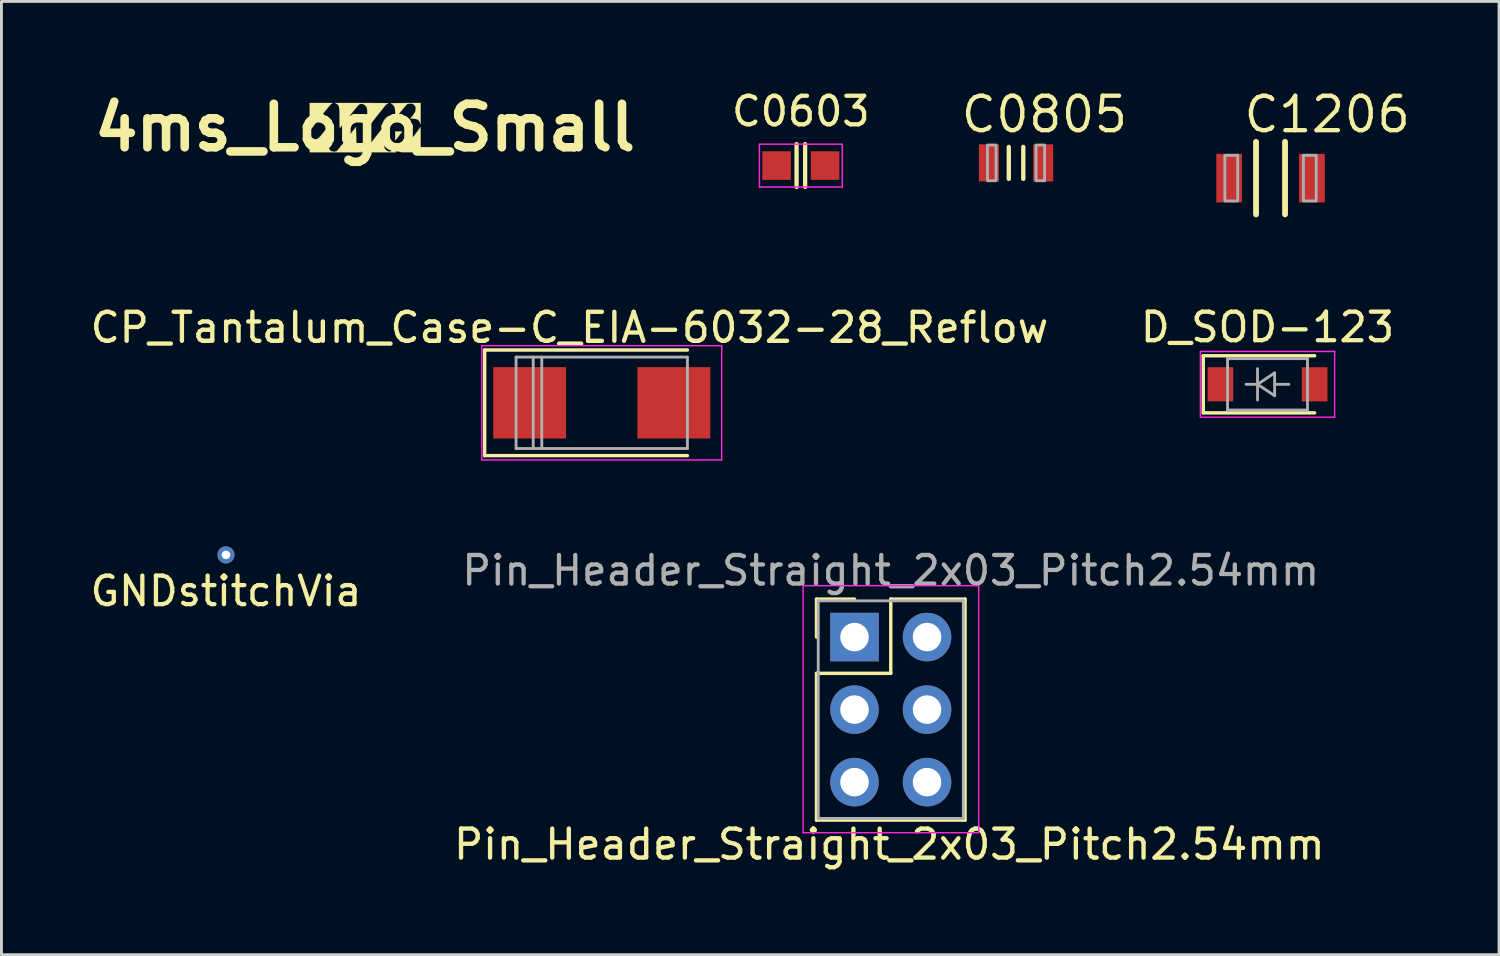
<source format=kicad_pcb>
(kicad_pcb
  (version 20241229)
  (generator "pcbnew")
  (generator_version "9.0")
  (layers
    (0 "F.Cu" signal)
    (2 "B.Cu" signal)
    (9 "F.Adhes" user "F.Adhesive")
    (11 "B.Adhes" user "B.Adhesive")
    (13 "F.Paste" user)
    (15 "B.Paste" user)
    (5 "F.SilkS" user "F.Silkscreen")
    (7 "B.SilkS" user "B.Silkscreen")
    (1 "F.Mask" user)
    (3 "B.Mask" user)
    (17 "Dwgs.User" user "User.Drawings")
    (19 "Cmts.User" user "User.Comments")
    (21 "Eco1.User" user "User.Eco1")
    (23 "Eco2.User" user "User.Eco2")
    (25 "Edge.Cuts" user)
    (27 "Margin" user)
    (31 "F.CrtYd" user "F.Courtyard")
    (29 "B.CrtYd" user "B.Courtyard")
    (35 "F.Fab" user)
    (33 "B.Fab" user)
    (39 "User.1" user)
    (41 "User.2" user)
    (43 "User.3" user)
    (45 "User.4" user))
  (footprint "C1206"
    (layer "F.Cu")
    (at 41.442 3.188)
    (property "Reference" "C1206" (at -1.016 -1.524 0) (layer "F.SilkS") (effects (font (size 1.206 1.206) (thickness 0.152)) (justify left bottom)))
    (attr through_hole)
    (fp_line (start -0.508 -1.27) (end -0.508 1.27) (stroke (width 0.203) (type solid)) (layer "F.SilkS"))
    (fp_line (start 0.508 -1.27) (end 0.508 1.27) (stroke (width 0.203) (type solid)) (layer "F.SilkS"))
    (fp_poly (pts (xy -1.6 0.8) (xy -1.15 0.8) (xy -1.15 -0.8) (xy -1.6 -0.8)) (stroke (width 0.1) (type solid)) (fill no) (layer "F.Fab"))
    (fp_poly (pts (xy 1.15 0.8) (xy 1.6 0.8) (xy 1.6 -0.8) (xy 1.15 -0.8)) (stroke (width 0.1) (type solid)) (fill no) (layer "F.Fab"))
    (pad "1" smd rect (at -1.45 0) (size 0.9 1.7) (layers "F.Cu" "F.Mask" "F.Paste"))
    (pad "2" smd rect (at 1.45 0) (size 0.9 1.7) (layers "F.Cu" "F.Mask" "F.Paste")))
  (footprint "D_SOD-123"
    (layer "F.Cu")
    (at 41.336 10.408)
    (property "Reference" "D_SOD-123" (at 0 -2 0) (layer "F.SilkS") (effects (font (size 1 1) (thickness 0.15))))
    (attr smd)
    (fp_line (start -2.25 -1) (end -2.25 1) (stroke (width 0.12) (type solid)) (layer "F.SilkS"))
    (fp_line (start -2.25 -1) (end 1.65 -1) (stroke (width 0.12) (type solid)) (layer "F.SilkS"))
    (fp_line (start -2.25 1) (end 1.65 1) (stroke (width 0.12) (type solid)) (layer "F.SilkS"))
    (fp_line (start -2.35 -1.15) (end -2.35 1.15) (stroke (width 0.05) (type solid)) (layer "F.CrtYd"))
    (fp_line (start -2.35 -1.15) (end 2.35 -1.15) (stroke (width 0.05) (type solid)) (layer "F.CrtYd"))
    (fp_line (start 2.35 -1.15) (end 2.35 1.15) (stroke (width 0.05) (type solid)) (layer "F.CrtYd"))
    (fp_line (start 2.35 1.15) (end -2.35 1.15) (stroke (width 0.05) (type solid)) (layer "F.CrtYd"))
    (fp_line (start -1.4 -0.9) (end 1.4 -0.9) (stroke (width 0.1) (type solid)) (layer "F.Fab"))
    (fp_line (start -1.4 0.9) (end -1.4 -0.9) (stroke (width 0.1) (type solid)) (layer "F.Fab"))
    (fp_line (start -0.75 0) (end -0.35 0) (stroke (width 0.1) (type solid)) (layer "F.Fab"))
    (fp_line (start -0.35 0) (end -0.35 -0.55) (stroke (width 0.1) (type solid)) (layer "F.Fab"))
    (fp_line (start -0.35 0) (end -0.35 0.55) (stroke (width 0.1) (type solid)) (layer "F.Fab"))
    (fp_line (start -0.35 0) (end 0.25 -0.4) (stroke (width 0.1) (type solid)) (layer "F.Fab"))
    (fp_line (start 0.25 -0.4) (end 0.25 0.4) (stroke (width 0.1) (type solid)) (layer "F.Fab"))
    (fp_line (start 0.25 0) (end 0.75 0) (stroke (width 0.1) (type solid)) (layer "F.Fab"))
    (fp_line (start 0.25 0.4) (end -0.35 0) (stroke (width 0.1) (type solid)) (layer "F.Fab"))
    (fp_line (start 1.4 -0.9) (end 1.4 0.9) (stroke (width 0.1) (type solid)) (layer "F.Fab"))
    (fp_line (start 1.4 0.9) (end -1.4 0.9) (stroke (width 0.1) (type solid)) (layer "F.Fab"))
    (pad "1" smd rect (at -1.65 0) (size 0.9 1.2) (layers "F.Cu" "F.Mask" "F.Paste"))
    (pad "2" smd rect (at 1.65 0) (size 0.9 1.2) (layers "F.Cu" "F.Mask" "F.Paste")))
  (footprint "C0603"
    (layer "F.Cu")
    (at 24.994 2.748)
    (property "Reference" "C0603" (at 0 -1.9 0) (layer "F.SilkS") (effects (font (size 1 1) (thickness 0.15))))
    (attr smd)
    (fp_line (start -0.15 -0.75) (end -0.15 0.75) (stroke (width 0.15) (type solid)) (layer "F.SilkS"))
    (fp_line (start 0.15 0.75) (end 0.15 -0.75) (stroke (width 0.15) (type solid)) (layer "F.SilkS"))
    (fp_line (start -1.45 -0.75) (end -1.45 0.75) (stroke (width 0.05) (type solid)) (layer "F.CrtYd"))
    (fp_line (start -1.45 -0.75) (end 1.45 -0.75) (stroke (width 0.05) (type solid)) (layer "F.CrtYd"))
    (fp_line (start -1.45 0.75) (end 1.45 0.75) (stroke (width 0.05) (type solid)) (layer "F.CrtYd"))
    (fp_line (start 1.45 -0.75) (end 1.45 0.75) (stroke (width 0.05) (type solid)) (layer "F.CrtYd"))
    (pad "1" smd rect (at -0.85 0) (size 1 1) (layers "F.Cu" "F.Mask" "F.Paste"))
    (pad "2" smd rect (at 0.85 0) (size 1 1) (layers "F.Cu" "F.Mask" "F.Paste")))
  (footprint "Pin_Header_Straight_2x03_Pitch2.54mm"
    (layer "F.Cu")
    (at 26.873 19.259)
    (property "Reference" "Pin_Header_Straight_2x03_Pitch2.54mm" (at 1.22 7.26 0) (layer "F.SilkS") (effects (font (size 1.016 1.016) (thickness 0.152))))
    (attr through_hole)
    (fp_line (start -1.33 -1.33) (end 0 -1.33) (stroke (width 0.12) (type solid)) (layer "F.SilkS"))
    (fp_line (start -1.33 0) (end -1.33 -1.33) (stroke (width 0.12) (type solid)) (layer "F.SilkS"))
    (fp_line (start -1.33 1.27) (end -1.33 6.41) (stroke (width 0.12) (type solid)) (layer "F.SilkS"))
    (fp_line (start -1.33 6.41) (end 3.87 6.41) (stroke (width 0.12) (type solid)) (layer "F.SilkS"))
    (fp_line (start 1.27 -1.33) (end 1.27 1.27) (stroke (width 0.12) (type solid)) (layer "F.SilkS"))
    (fp_line (start 1.27 1.27) (end -1.33 1.27) (stroke (width 0.12) (type solid)) (layer "F.SilkS"))
    (fp_line (start 3.87 -1.33) (end 1.27 -1.33) (stroke (width 0.12) (type solid)) (layer "F.SilkS"))
    (fp_line (start 3.87 6.41) (end 3.87 -1.33) (stroke (width 0.12) (type solid)) (layer "F.SilkS"))
    (fp_line (start -1.8 -1.8) (end -1.8 6.85) (stroke (width 0.05) (type solid)) (layer "F.CrtYd"))
    (fp_line (start -1.8 6.85) (end 4.35 6.85) (stroke (width 0.05) (type solid)) (layer "F.CrtYd"))
    (fp_line (start 4.35 -1.8) (end -1.8 -1.8) (stroke (width 0.05) (type solid)) (layer "F.CrtYd"))
    (fp_line (start 4.35 6.85) (end 4.35 -1.8) (stroke (width 0.05) (type solid)) (layer "F.CrtYd"))
    (fp_line (start -1.27 -1.27) (end -1.27 6.35) (stroke (width 0.1) (type solid)) (layer "F.Fab"))
    (fp_line (start -1.27 6.35) (end 3.81 6.35) (stroke (width 0.1) (type solid)) (layer "F.Fab"))
    (fp_line (start 3.81 -1.27) (end -1.27 -1.27) (stroke (width 0.1) (type solid)) (layer "F.Fab"))
    (fp_line (start 3.81 6.35) (end 3.81 -1.27) (stroke (width 0.1) (type solid)) (layer "F.Fab"))
    (fp_text user "${REFERENCE}" (at 1.27 -2.33 0) (layer "F.Fab") (effects (font (size 1 1) (thickness 0.15))))
    (pad "1" thru_hole rect (at 0 0) (size 1.7 1.7) (drill 1) (layers "*.Cu" "*.Mask"))
    (pad "2" thru_hole oval (at 2.54 0) (size 1.7 1.7) (drill 1) (layers "*.Cu" "*.Mask"))
    (pad "3" thru_hole oval (at 0 2.54) (size 1.7 1.7) (drill 1) (layers "*.Cu" "*.Mask"))
    (pad "4" thru_hole oval (at 2.54 2.54) (size 1.7 1.7) (drill 1) (layers "*.Cu" "*.Mask"))
    (pad "5" thru_hole oval (at 0 5.08) (size 1.7 1.7) (drill 1) (layers "*.Cu" "*.Mask"))
    (pad "6" thru_hole oval (at 2.54 5.08) (size 1.7 1.7) (drill 1) (layers "*.Cu" "*.Mask")))
  (footprint "GNDstitchVia"
    (layer "F.Cu")
    (at 4.863 16.381)
    (property "Reference" "GNDstitchVia" (at 0 1.27 0) (layer "F.SilkS") (effects (font (size 1 1) (thickness 0.15))))
    (attr through_hole)
    (pad "1" thru_hole circle (at 0 0) (size 0.6 0.6) (drill 0.3) (layers "*.Cu")))
  (footprint "C0805"
    (layer "F.Cu")
    (at 32.53 2.654)
    (property "Reference" "C0805" (at -2.007 -0.991 0) (layer "F.SilkS") (effects (font (size 1.206 1.206) (thickness 0.152)) (justify left bottom)))
    (attr through_hole)
    (fp_line (start -0.254 0.559) (end -0.254 -0.559) (stroke (width 0.152) (type solid)) (layer "F.SilkS"))
    (fp_line (start 0.254 0.559) (end 0.254 -0.559) (stroke (width 0.152) (type solid)) (layer "F.SilkS"))
    (fp_poly (pts (xy -1 0.625) (xy -0.7 0.625) (xy -0.7 -0.625) (xy -1 -0.625)) (stroke (width 0.1) (type solid)) (fill no) (layer "F.Fab"))
    (fp_poly (pts (xy 0.7 0.625) (xy 1 0.625) (xy 1 -0.625) (xy 0.7 -0.625)) (stroke (width 0.1) (type solid)) (fill no) (layer "F.Fab"))
    (pad "1" smd rect (at -0.95 0) (size 0.7 1.3) (layers "F.Cu" "F.Mask" "F.Paste"))
    (pad "2" smd rect (at 0.95 0) (size 0.7 1.3) (layers "F.Cu" "F.Mask" "F.Paste")))
  (footprint "4ms_Logo_Small"
    (layer "F.Cu")
    (at 9.732 1.418)
    (property "Reference" "4ms_Logo_Small" (at 0 0 0) (layer "F.SilkS") (effects (font (size 1.524 1.524) (thickness 0.3))))
    (attr through_hole)
    (fp_poly (pts (xy 1.178 0.139) (xy 1.298 0.143) (xy 1.213 0.252) (xy 1.172 0.304) (xy 1.134 0.353) (xy 1.104 0.391) (xy 1.094 0.402) (xy 1.059 0.445) (xy 1.059 0.289) (xy 1.058 0.134) (xy 1.178 0.139)) (stroke (width 0.01) (type solid)) (fill yes) (layer "F.SilkS"))
    (fp_poly (pts (xy -1.185 -0.829) (xy -1.205 -0.81) (xy -1.239 -0.772) (xy -1.286 -0.717) (xy -1.342 -0.649) (xy -1.405 -0.572) (xy -1.473 -0.486) (xy -1.544 -0.397) (xy -1.615 -0.307) (xy -1.684 -0.218) (xy -1.748 -0.134) (xy -1.805 -0.058) (xy -1.853 0.007) (xy -1.89 0.059) (xy -1.912 0.093) (xy -1.918 0.106) (xy -1.922 0.104) (xy -1.925 0.075) (xy -1.927 0.021) (xy -1.929 -0.057) (xy -1.931 -0.158) (xy -1.932 -0.281) (xy -1.932 -0.356) (xy -1.933 -0.861) (xy -1.139 -0.861) (xy -1.185 -0.829)) (stroke (width 0.01) (type solid)) (fill yes) (layer "F.SilkS"))
    (fp_poly (pts (xy 1.937 -0.008) (xy 1.94 0.007) (xy 1.943 0.039) (xy 1.944 0.09) (xy 1.946 0.162) (xy 1.946 0.256) (xy 1.947 0.376) (xy 1.947 0.406) (xy 1.947 0.861) (xy 1.577 0.86) (xy 1.465 0.86) (xy 1.379 0.86) (xy 1.316 0.859) (xy 1.272 0.857) (xy 1.246 0.855) (xy 1.234 0.851) (xy 1.234 0.847) (xy 1.243 0.84) (xy 1.256 0.833) (xy 1.274 0.823) (xy 1.291 0.812) (xy 1.308 0.798) (xy 1.329 0.777) (xy 1.355 0.749) (xy 1.388 0.711) (xy 1.43 0.66) (xy 1.483 0.593) (xy 1.549 0.51) (xy 1.629 0.407) (xy 1.645 0.388) (xy 1.712 0.301) (xy 1.774 0.219) (xy 1.829 0.146) (xy 1.874 0.083) (xy 1.907 0.036) (xy 1.926 0.006) (xy 1.928 0) (xy 1.933 -0.01) (xy 1.937 -0.008)) (stroke (width 0.01) (type solid)) (fill yes) (layer "F.SilkS"))
    (fp_poly (pts (xy 1.947 -0.494) (xy 1.947 -0.395) (xy 1.946 -0.307) (xy 1.945 -0.232) (xy 1.944 -0.175) (xy 1.942 -0.139) (xy 1.94 -0.127) (xy 1.934 -0.139) (xy 1.933 -0.15) (xy 1.924 -0.183) (xy 1.901 -0.224) (xy 1.871 -0.263) (xy 1.844 -0.286) (xy 1.815 -0.295) (xy 1.768 -0.304) (xy 1.711 -0.31) (xy 1.702 -0.31) (xy 1.591 -0.318) (xy 1.657 -0.398) (xy 1.719 -0.485) (xy 1.758 -0.563) (xy 1.776 -0.639) (xy 1.778 -0.668) (xy 1.775 -0.712) (xy 1.765 -0.743) (xy 1.74 -0.775) (xy 1.723 -0.792) (xy 1.688 -0.824) (xy 1.658 -0.841) (xy 1.621 -0.846) (xy 1.597 -0.847) (xy 1.546 -0.843) (xy 1.501 -0.834) (xy 1.486 -0.829) (xy 1.466 -0.813) (xy 1.431 -0.777) (xy 1.385 -0.725) (xy 1.33 -0.661) (xy 1.269 -0.587) (xy 1.253 -0.566) (xy 1.058 -0.321) (xy 1.058 -0.482) (xy 1.057 -0.552) (xy 1.053 -0.617) (xy 1.048 -0.669) (xy 1.044 -0.695) (xy 1.016 -0.757) (xy 0.974 -0.808) (xy 0.924 -0.841) (xy 0.913 -0.845) (xy 0.913 -0.849) (xy 0.942 -0.852) (xy 0.997 -0.855) (xy 1.08 -0.857) (xy 1.189 -0.858) (xy 1.324 -0.859) (xy 1.408 -0.86) (xy 1.947 -0.861) (xy 1.947 -0.494)) (stroke (width 0.01) (type solid)) (fill yes) (layer "F.SilkS"))
    (fp_poly (pts (xy -0.092 -0.86) (xy 0.095 -0.86) (xy 0.256 -0.86) (xy 0.392 -0.859) (xy 0.505 -0.859) (xy 0.597 -0.858) (xy 0.67 -0.857) (xy 0.726 -0.855) (xy 0.765 -0.853) (xy 0.791 -0.851) (xy 0.804 -0.848) (xy 0.807 -0.845) (xy 0.802 -0.841) (xy 0.797 -0.84) (xy 0.756 -0.821) (xy 0.725 -0.799) (xy 0.72 -0.794) (xy 0.706 -0.777) (xy 0.677 -0.74) (xy 0.636 -0.687) (xy 0.583 -0.62) (xy 0.521 -0.542) (xy 0.453 -0.455) (xy 0.395 -0.382) (xy 0.092 0.004) (xy 0.085 -0.34) (xy 0.082 -0.448) (xy 0.08 -0.531) (xy 0.078 -0.594) (xy 0.074 -0.64) (xy 0.07 -0.674) (xy 0.064 -0.698) (xy 0.056 -0.717) (xy 0.046 -0.734) (xy 0.044 -0.738) (xy -0.003 -0.791) (xy -0.062 -0.823) (xy -0.127 -0.834) (xy -0.19 -0.82) (xy -0.209 -0.81) (xy -0.227 -0.794) (xy -0.259 -0.758) (xy -0.304 -0.706) (xy -0.36 -0.639) (xy -0.423 -0.561) (xy -0.493 -0.474) (xy -0.557 -0.393) (xy -0.629 -0.301) (xy -0.696 -0.217) (xy -0.756 -0.142) (xy -0.806 -0.079) (xy -0.844 -0.032) (xy -0.869 -0.001) (xy -0.878 0.009) (xy -0.881 -0.002) (xy -0.884 -0.039) (xy -0.886 -0.096) (xy -0.888 -0.17) (xy -0.889 -0.257) (xy -0.889 -0.334) (xy -0.89 -0.459) (xy -0.892 -0.558) (xy -0.896 -0.636) (xy -0.903 -0.696) (xy -0.914 -0.741) (xy -0.928 -0.774) (xy -0.948 -0.8) (xy -0.973 -0.821) (xy -0.99 -0.832) (xy -1.037 -0.861) (xy -0.092 -0.86)) (stroke (width 0.01) (type solid)) (fill yes) (layer "F.SilkS"))
    (fp_poly (pts (xy -1.284 0.339) (xy -1.282 0.461) (xy -1.279 0.558) (xy -1.274 0.634) (xy -1.268 0.691) (xy -1.26 0.734) (xy -1.248 0.765) (xy -1.232 0.788) (xy -1.212 0.806) (xy -1.187 0.822) (xy -1.185 0.824) (xy -1.134 0.842) (xy -1.075 0.846) (xy -1.019 0.837) (xy -0.986 0.82) (xy -0.969 0.803) (xy -0.938 0.766) (xy -0.893 0.713) (xy -0.838 0.645) (xy -0.775 0.566) (xy -0.705 0.478) (xy -0.635 0.389) (xy -0.318 -0.014) (xy -0.31 0.35) (xy -0.308 0.468) (xy -0.305 0.562) (xy -0.301 0.634) (xy -0.296 0.688) (xy -0.288 0.728) (xy -0.277 0.757) (xy -0.262 0.779) (xy -0.242 0.796) (xy -0.217 0.813) (xy -0.217 0.814) (xy -0.171 0.831) (xy -0.113 0.836) (xy -0.057 0.829) (xy -0.025 0.815) (xy -0.009 0.799) (xy 0.023 0.764) (xy 0.067 0.711) (xy 0.122 0.644) (xy 0.186 0.565) (xy 0.257 0.477) (xy 0.331 0.383) (xy 0.333 0.381) (xy 0.656 -0.03) (xy 0.663 0.341) (xy 0.665 0.453) (xy 0.668 0.541) (xy 0.67 0.608) (xy 0.673 0.657) (xy 0.677 0.692) (xy 0.682 0.717) (xy 0.688 0.735) (xy 0.697 0.75) (xy 0.702 0.757) (xy 0.74 0.796) (xy 0.791 0.828) (xy 0.841 0.845) (xy 0.856 0.847) (xy 0.886 0.84) (xy 0.925 0.825) (xy 0.936 0.819) (xy 0.99 0.792) (xy 1.04 0.827) (xy 1.09 0.861) (xy -1.933 0.861) (xy -1.932 0.54) (xy -1.931 0.449) (xy -1.93 0.372) (xy -1.927 0.312) (xy -1.925 0.271) (xy -1.922 0.254) (xy -1.92 0.255) (xy -1.887 0.323) (xy -1.836 0.374) (xy -1.773 0.403) (xy -1.726 0.409) (xy -1.694 0.405) (xy -1.661 0.391) (xy -1.624 0.365) (xy -1.582 0.324) (xy -1.529 0.265) (xy -1.465 0.186) (xy -1.445 0.161) (xy -1.291 -0.034) (xy -1.284 0.339)) (stroke (width 0.01) (type solid)) (fill yes) (layer "F.SilkS")))
  (footprint "CP_Tantalum_Case-C_EIA-6032-28_Reflow"
    (layer "F.Cu")
    (at 18.022 11.056)
    (property "Reference" "CP_Tantalum_Case-C_EIA-6032-28_Reflow" (at -1.131 -2.634 0) (layer "F.SilkS") (effects (font (size 1.016 1.016) (thickness 0.152))))
    (attr smd)
    (fp_line (start -4.1 -1.85) (end -4.1 1.85) (stroke (width 0.12) (type solid)) (layer "F.SilkS"))
    (fp_line (start -4.1 -1.85) (end 3 -1.85) (stroke (width 0.12) (type solid)) (layer "F.SilkS"))
    (fp_line (start -4.1 1.85) (end 3 1.85) (stroke (width 0.12) (type solid)) (layer "F.SilkS"))
    (fp_line (start -4.2 -2) (end -4.2 2) (stroke (width 0.05) (type solid)) (layer "F.CrtYd"))
    (fp_line (start -4.2 2) (end 4.2 2) (stroke (width 0.05) (type solid)) (layer "F.CrtYd"))
    (fp_line (start 4.2 -2) (end -4.2 -2) (stroke (width 0.05) (type solid)) (layer "F.CrtYd"))
    (fp_line (start 4.2 2) (end 4.2 -2) (stroke (width 0.05) (type solid)) (layer "F.CrtYd"))
    (fp_line (start -3 -1.6) (end -3 1.6) (stroke (width 0.1) (type solid)) (layer "F.Fab"))
    (fp_line (start -3 1.6) (end 3 1.6) (stroke (width 0.1) (type solid)) (layer "F.Fab"))
    (fp_line (start -2.4 -1.6) (end -2.4 1.6) (stroke (width 0.1) (type solid)) (layer "F.Fab"))
    (fp_line (start -2.1 -1.6) (end -2.1 1.6) (stroke (width 0.1) (type solid)) (layer "F.Fab"))
    (fp_line (start 3 -1.6) (end -3 -1.6) (stroke (width 0.1) (type solid)) (layer "F.Fab"))
    (fp_line (start 3 1.6) (end 3 -1.6) (stroke (width 0.1) (type solid)) (layer "F.Fab"))
    (pad "1" smd rect (at -2.525 0) (size 2.55 2.5) (layers "F.Cu" "F.Mask" "F.Paste"))
    (pad "2" smd rect (at 2.525 0) (size 2.55 2.5) (layers "F.Cu" "F.Mask" "F.Paste")))
  (gr_rect
    (start -3 -3)
    (end 49.444 30.381)
    (stroke (width 0.1) (type default))
    (fill no)
    (layer "Edge.Cuts")))
</source>
